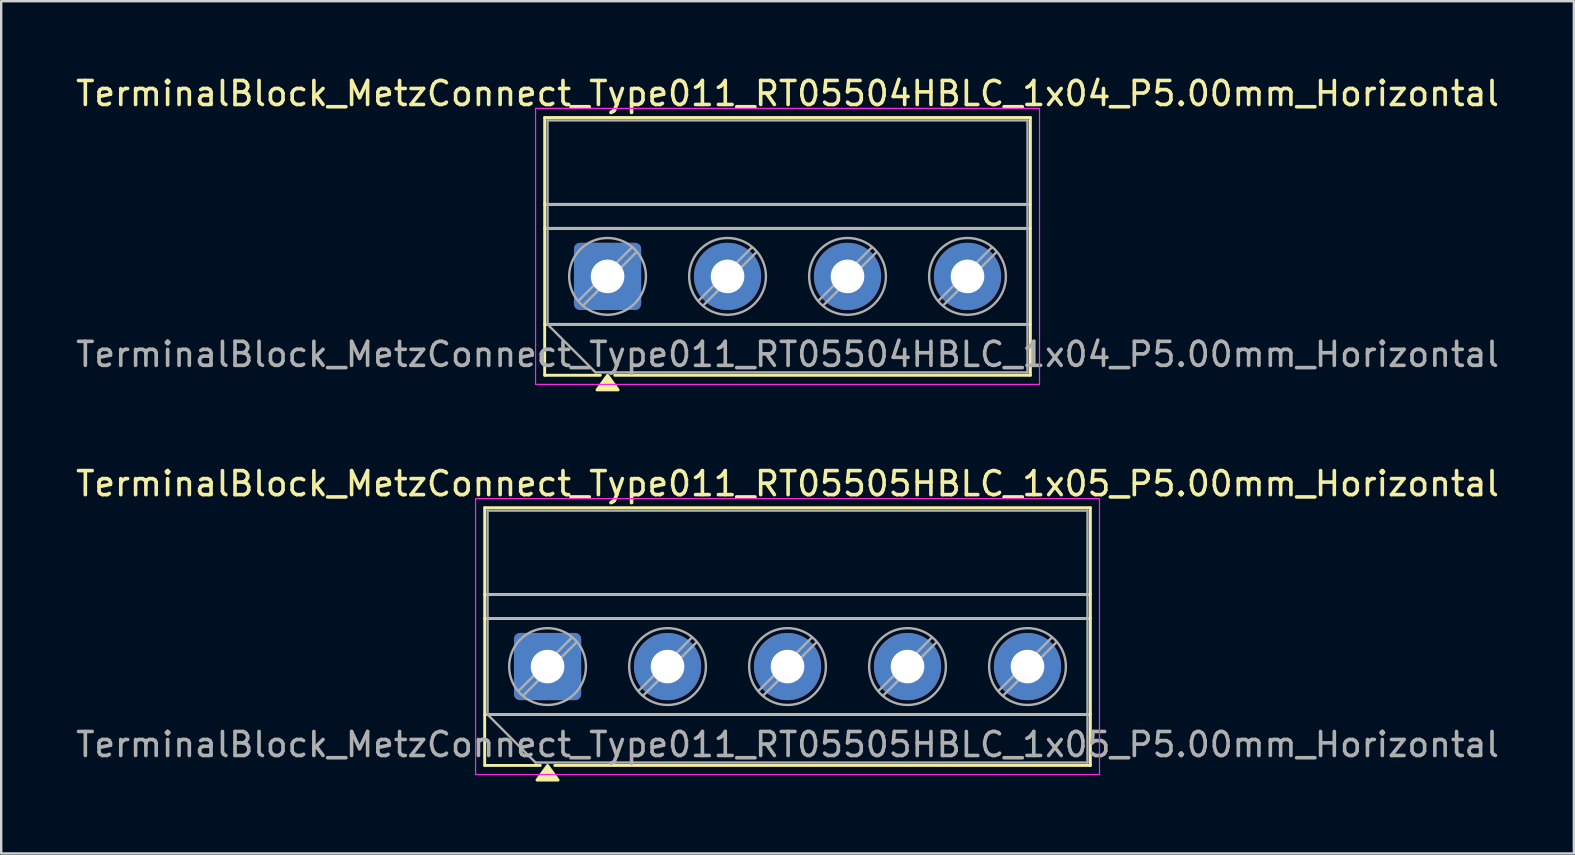
<source format=kicad_pcb>
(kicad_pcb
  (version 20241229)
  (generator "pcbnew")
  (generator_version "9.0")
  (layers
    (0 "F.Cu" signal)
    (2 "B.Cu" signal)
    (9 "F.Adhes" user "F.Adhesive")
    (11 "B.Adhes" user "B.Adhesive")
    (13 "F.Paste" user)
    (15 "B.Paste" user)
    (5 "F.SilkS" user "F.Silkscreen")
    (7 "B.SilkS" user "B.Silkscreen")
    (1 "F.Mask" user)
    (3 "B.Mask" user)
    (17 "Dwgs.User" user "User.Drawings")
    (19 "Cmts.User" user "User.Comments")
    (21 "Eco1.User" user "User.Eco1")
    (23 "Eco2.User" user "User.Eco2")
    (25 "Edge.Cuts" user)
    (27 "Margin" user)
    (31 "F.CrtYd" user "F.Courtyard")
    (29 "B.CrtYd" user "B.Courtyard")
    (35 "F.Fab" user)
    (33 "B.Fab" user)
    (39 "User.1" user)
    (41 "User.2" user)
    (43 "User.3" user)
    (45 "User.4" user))
  (footprint "TerminalBlock_MetzConnect_Type011_RT05505HBLC_1x05_P5.00mm_Horizontal"
    (layer "F.Cu")
    (at 19.768 24.727)
    (property "Reference" "TerminalBlock_MetzConnect_Type011_RT05505HBLC_1x05_P5.00mm_Horizontal" (at 10 -7.62 0) (layer "F.SilkS") (effects (font (size 1 1) (thickness 0.15))))
    (attr through_hole)
    (fp_line (start -2.62 -6.62) (end -2.62 4.12) (stroke (width 0.12) (type solid)) (layer "F.SilkS"))
    (fp_line (start -2.62 -6.62) (end 22.62 -6.62) (stroke (width 0.12) (type solid)) (layer "F.SilkS"))
    (fp_line (start -2.62 -3) (end 22.62 -3) (stroke (width 0.12) (type solid)) (layer "F.SilkS"))
    (fp_line (start -2.62 -2) (end 22.62 -2) (stroke (width 0.12) (type solid)) (layer "F.SilkS"))
    (fp_line (start -2.62 2) (end 22.62 2) (stroke (width 0.12) (type solid)) (layer "F.SilkS"))
    (fp_line (start -2.62 4.12) (end -0.3 4.12) (stroke (width 0.12) (type solid)) (layer "F.SilkS"))
    (fp_line (start 0.3 4.12) (end 22.62 4.12) (stroke (width 0.12) (type solid)) (layer "F.SilkS"))
    (fp_line (start 22.62 -6.62) (end 22.62 4.12) (stroke (width 0.12) (type solid)) (layer "F.SilkS"))
    (fp_poly (pts (xy 0 4.12) (xy 0.44 4.73) (xy -0.44 4.73)) (stroke (width 0.12) (type solid)) (fill yes) (layer "F.SilkS"))
    (fp_line (start -3 -7) (end -3 4.5) (stroke (width 0.05) (type solid)) (layer "F.CrtYd"))
    (fp_line (start -3 4.5) (end 23 4.5) (stroke (width 0.05) (type solid)) (layer "F.CrtYd"))
    (fp_line (start 23 -7) (end -3 -7) (stroke (width 0.05) (type solid)) (layer "F.CrtYd"))
    (fp_line (start 23 4.5) (end 23 -7) (stroke (width 0.05) (type solid)) (layer "F.CrtYd"))
    (fp_line (start -2.5 -6.5) (end 22.5 -6.5) (stroke (width 0.1) (type solid)) (layer "F.Fab"))
    (fp_line (start -2.5 -3) (end 22.5 -3) (stroke (width 0.1) (type solid)) (layer "F.Fab"))
    (fp_line (start -2.5 -2) (end 22.5 -2) (stroke (width 0.1) (type solid)) (layer "F.Fab"))
    (fp_line (start -2.5 2) (end -2.5 -6.5) (stroke (width 0.1) (type solid)) (layer "F.Fab"))
    (fp_line (start -2.5 2) (end 22.5 2) (stroke (width 0.1) (type solid)) (layer "F.Fab"))
    (fp_line (start -0.5 4) (end -2.5 2) (stroke (width 0.1) (type solid)) (layer "F.Fab"))
    (fp_line (start 1.018 -1.213) (end -1.213 1.018) (stroke (width 0.1) (type solid)) (layer "F.Fab"))
    (fp_line (start 1.213 -1.018) (end -1.018 1.213) (stroke (width 0.1) (type solid)) (layer "F.Fab"))
    (fp_line (start 6.018 -1.213) (end 3.787 1.018) (stroke (width 0.1) (type solid)) (layer "F.Fab"))
    (fp_line (start 6.213 -1.018) (end 3.982 1.213) (stroke (width 0.1) (type solid)) (layer "F.Fab"))
    (fp_line (start 11.018 -1.213) (end 8.787 1.018) (stroke (width 0.1) (type solid)) (layer "F.Fab"))
    (fp_line (start 11.213 -1.018) (end 8.982 1.213) (stroke (width 0.1) (type solid)) (layer "F.Fab"))
    (fp_line (start 16.018 -1.213) (end 13.787 1.018) (stroke (width 0.1) (type solid)) (layer "F.Fab"))
    (fp_line (start 16.213 -1.018) (end 13.982 1.213) (stroke (width 0.1) (type solid)) (layer "F.Fab"))
    (fp_line (start 21.018 -1.213) (end 18.787 1.018) (stroke (width 0.1) (type solid)) (layer "F.Fab"))
    (fp_line (start 21.213 -1.018) (end 18.982 1.213) (stroke (width 0.1) (type solid)) (layer "F.Fab"))
    (fp_line (start 22.5 -6.5) (end 22.5 4) (stroke (width 0.1) (type solid)) (layer "F.Fab"))
    (fp_line (start 22.5 4) (end -0.5 4) (stroke (width 0.1) (type solid)) (layer "F.Fab"))
    (fp_circle (center 0 0) (end 1.6 0) (stroke (width 0.1) (type solid)) (fill no) (layer "F.Fab"))
    (fp_circle (center 5 0) (end 6.6 0) (stroke (width 0.1) (type solid)) (fill no) (layer "F.Fab"))
    (fp_circle (center 10 0) (end 11.6 0) (stroke (width 0.1) (type solid)) (fill no) (layer "F.Fab"))
    (fp_circle (center 15 0) (end 16.6 0) (stroke (width 0.1) (type solid)) (fill no) (layer "F.Fab"))
    (fp_circle (center 20 0) (end 21.6 0) (stroke (width 0.1) (type solid)) (fill no) (layer "F.Fab"))
    (fp_text user "${REFERENCE}" (at 10 3.25 0) (layer "F.Fab") (effects (font (size 1 1) (thickness 0.15))))
    (pad "1" thru_hole roundrect (at 0 0) (size 2.8 2.8) (drill 1.4) (layers "*.Cu" "*.Mask") (roundrect_rratio 0.089))
    (pad "2" thru_hole circle (at 5 0) (size 2.8 2.8) (drill 1.4) (layers "*.Cu" "*.Mask"))
    (pad "3" thru_hole circle (at 10 0) (size 2.8 2.8) (drill 1.4) (layers "*.Cu" "*.Mask"))
    (pad "4" thru_hole circle (at 15 0) (size 2.8 2.8) (drill 1.4) (layers "*.Cu" "*.Mask"))
    (pad "5" thru_hole circle (at 20 0) (size 2.8 2.8) (drill 1.4) (layers "*.Cu" "*.Mask")))
  (footprint "TerminalBlock_MetzConnect_Type011_RT05504HBLC_1x04_P5.00mm_Horizontal"
    (layer "F.Cu")
    (at 22.268 8.468)
    (property "Reference" "TerminalBlock_MetzConnect_Type011_RT05504HBLC_1x04_P5.00mm_Horizontal" (at 7.5 -7.62 0) (layer "F.SilkS") (effects (font (size 1 1) (thickness 0.15))))
    (attr through_hole)
    (fp_line (start -2.62 -6.62) (end -2.62 4.12) (stroke (width 0.12) (type solid)) (layer "F.SilkS"))
    (fp_line (start -2.62 -6.62) (end 17.62 -6.62) (stroke (width 0.12) (type solid)) (layer "F.SilkS"))
    (fp_line (start -2.62 -3) (end 17.62 -3) (stroke (width 0.12) (type solid)) (layer "F.SilkS"))
    (fp_line (start -2.62 -2) (end 17.62 -2) (stroke (width 0.12) (type solid)) (layer "F.SilkS"))
    (fp_line (start -2.62 2) (end 17.62 2) (stroke (width 0.12) (type solid)) (layer "F.SilkS"))
    (fp_line (start -2.62 4.12) (end -0.3 4.12) (stroke (width 0.12) (type solid)) (layer "F.SilkS"))
    (fp_line (start 0.3 4.12) (end 17.62 4.12) (stroke (width 0.12) (type solid)) (layer "F.SilkS"))
    (fp_line (start 17.62 -6.62) (end 17.62 4.12) (stroke (width 0.12) (type solid)) (layer "F.SilkS"))
    (fp_poly (pts (xy 0 4.12) (xy 0.44 4.73) (xy -0.44 4.73)) (stroke (width 0.12) (type solid)) (fill yes) (layer "F.SilkS"))
    (fp_line (start -3 -7) (end -3 4.5) (stroke (width 0.05) (type solid)) (layer "F.CrtYd"))
    (fp_line (start -3 4.5) (end 18 4.5) (stroke (width 0.05) (type solid)) (layer "F.CrtYd"))
    (fp_line (start 18 -7) (end -3 -7) (stroke (width 0.05) (type solid)) (layer "F.CrtYd"))
    (fp_line (start 18 4.5) (end 18 -7) (stroke (width 0.05) (type solid)) (layer "F.CrtYd"))
    (fp_line (start -2.5 -6.5) (end 17.5 -6.5) (stroke (width 0.1) (type solid)) (layer "F.Fab"))
    (fp_line (start -2.5 -3) (end 17.5 -3) (stroke (width 0.1) (type solid)) (layer "F.Fab"))
    (fp_line (start -2.5 -2) (end 17.5 -2) (stroke (width 0.1) (type solid)) (layer "F.Fab"))
    (fp_line (start -2.5 2) (end -2.5 -6.5) (stroke (width 0.1) (type solid)) (layer "F.Fab"))
    (fp_line (start -2.5 2) (end 17.5 2) (stroke (width 0.1) (type solid)) (layer "F.Fab"))
    (fp_line (start -0.5 4) (end -2.5 2) (stroke (width 0.1) (type solid)) (layer "F.Fab"))
    (fp_line (start 1.018 -1.213) (end -1.213 1.018) (stroke (width 0.1) (type solid)) (layer "F.Fab"))
    (fp_line (start 1.213 -1.018) (end -1.018 1.213) (stroke (width 0.1) (type solid)) (layer "F.Fab"))
    (fp_line (start 6.018 -1.213) (end 3.787 1.018) (stroke (width 0.1) (type solid)) (layer "F.Fab"))
    (fp_line (start 6.213 -1.018) (end 3.982 1.213) (stroke (width 0.1) (type solid)) (layer "F.Fab"))
    (fp_line (start 11.018 -1.213) (end 8.787 1.018) (stroke (width 0.1) (type solid)) (layer "F.Fab"))
    (fp_line (start 11.213 -1.018) (end 8.982 1.213) (stroke (width 0.1) (type solid)) (layer "F.Fab"))
    (fp_line (start 16.018 -1.213) (end 13.787 1.018) (stroke (width 0.1) (type solid)) (layer "F.Fab"))
    (fp_line (start 16.213 -1.018) (end 13.982 1.213) (stroke (width 0.1) (type solid)) (layer "F.Fab"))
    (fp_line (start 17.5 -6.5) (end 17.5 4) (stroke (width 0.1) (type solid)) (layer "F.Fab"))
    (fp_line (start 17.5 4) (end -0.5 4) (stroke (width 0.1) (type solid)) (layer "F.Fab"))
    (fp_circle (center 0 0) (end 1.6 0) (stroke (width 0.1) (type solid)) (fill no) (layer "F.Fab"))
    (fp_circle (center 5 0) (end 6.6 0) (stroke (width 0.1) (type solid)) (fill no) (layer "F.Fab"))
    (fp_circle (center 10 0) (end 11.6 0) (stroke (width 0.1) (type solid)) (fill no) (layer "F.Fab"))
    (fp_circle (center 15 0) (end 16.6 0) (stroke (width 0.1) (type solid)) (fill no) (layer "F.Fab"))
    (fp_text user "${REFERENCE}" (at 7.5 3.25 0) (layer "F.Fab") (effects (font (size 1 1) (thickness 0.15))))
    (pad "1" thru_hole roundrect (at 0 0) (size 2.8 2.8) (drill 1.4) (layers "*.Cu" "*.Mask") (roundrect_rratio 0.089))
    (pad "2" thru_hole circle (at 5 0) (size 2.8 2.8) (drill 1.4) (layers "*.Cu" "*.Mask"))
    (pad "3" thru_hole circle (at 10 0) (size 2.8 2.8) (drill 1.4) (layers "*.Cu" "*.Mask"))
    (pad "4" thru_hole circle (at 15 0) (size 2.8 2.8) (drill 1.4) (layers "*.Cu" "*.Mask")))
  (gr_rect
    (start -3 -3)
    (end 62.536 32.517)
    (stroke (width 0.1) (type default))
    (fill no)
    (layer "Edge.Cuts")))
</source>
